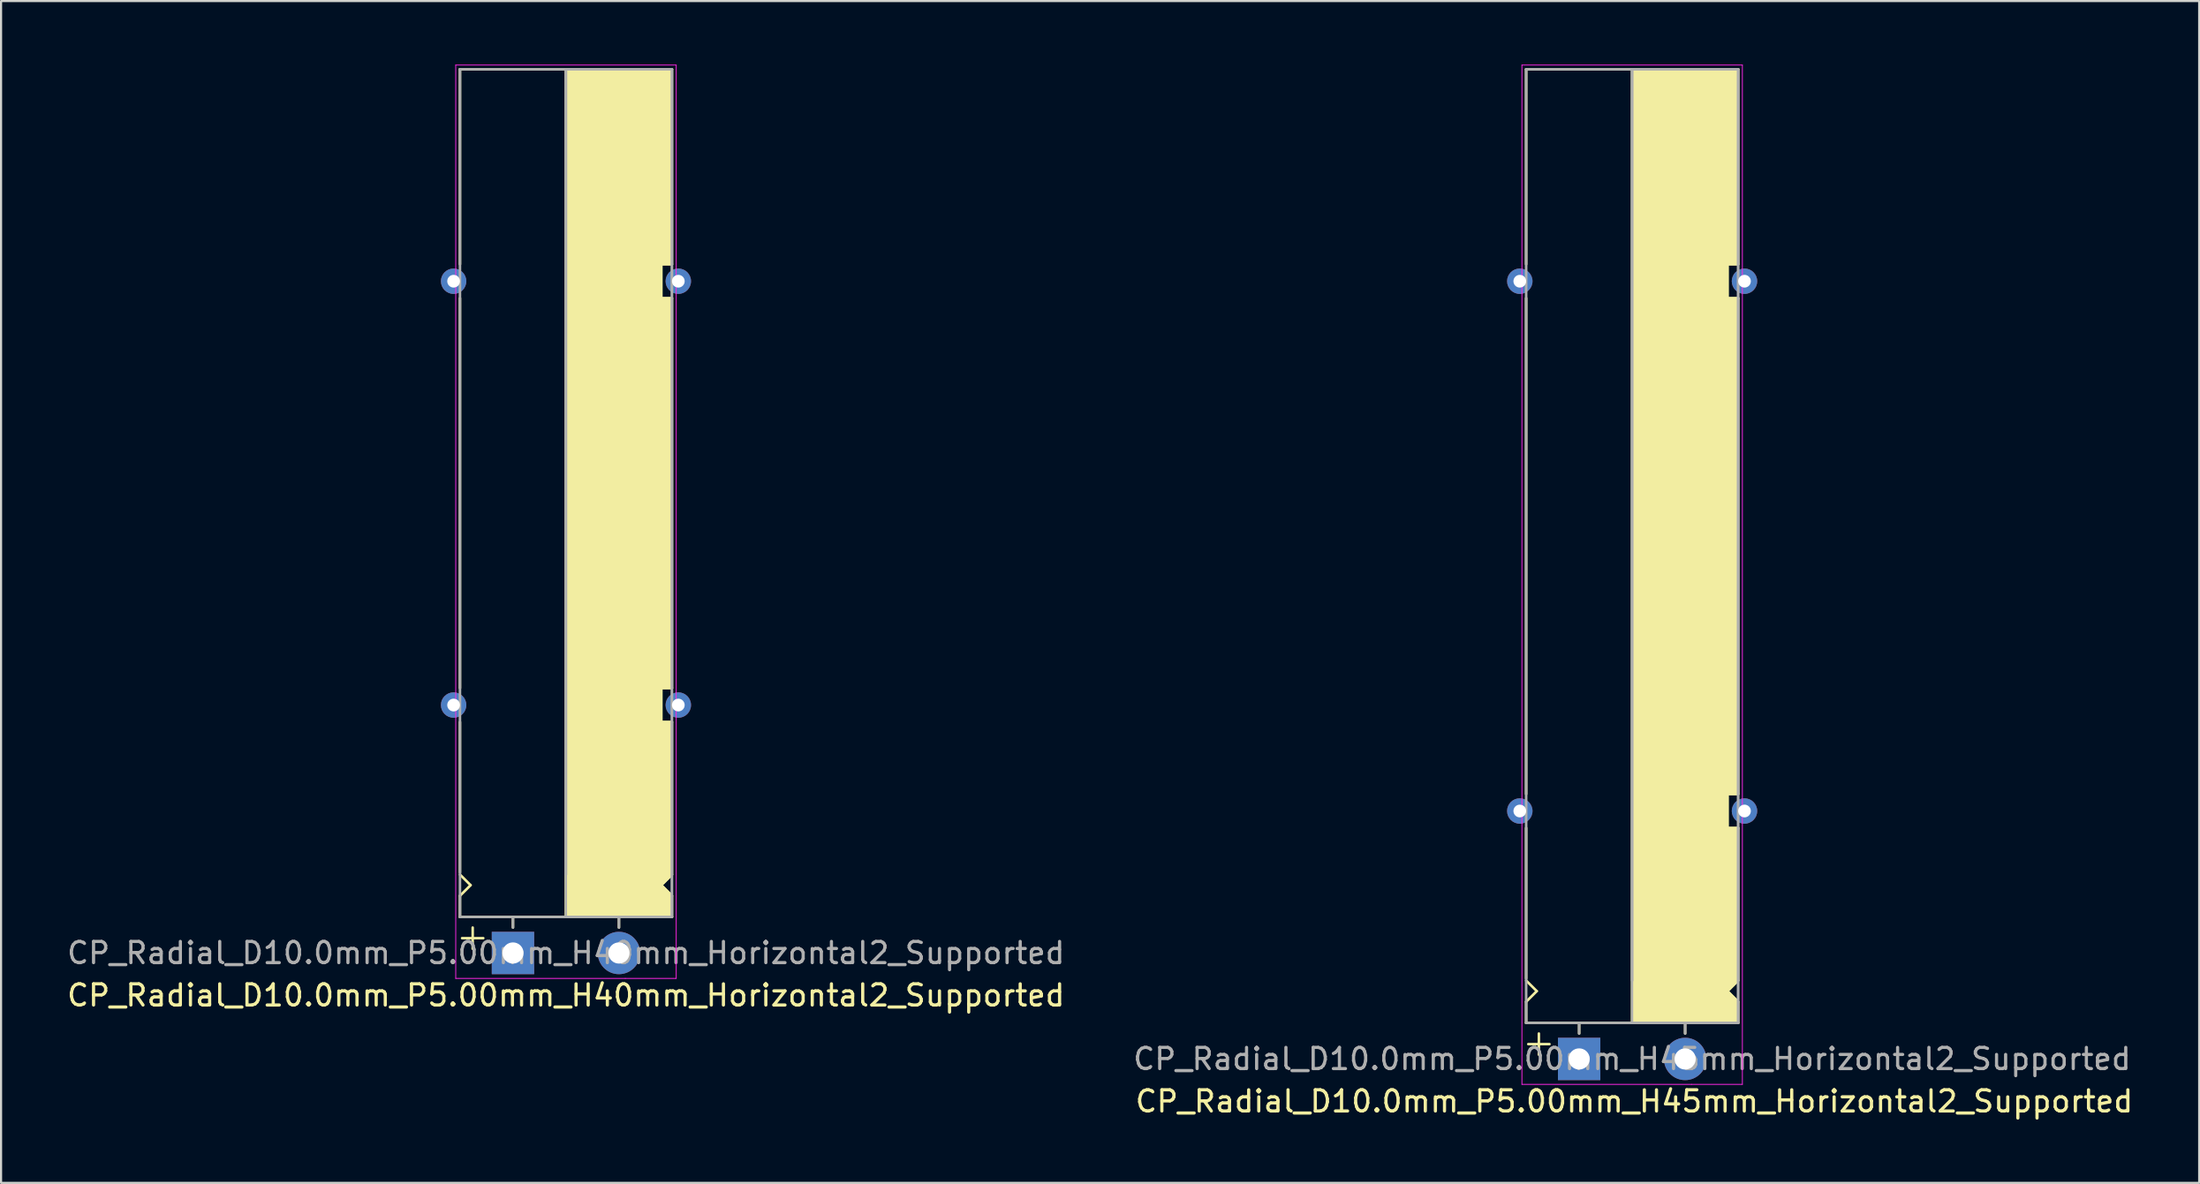
<source format=kicad_pcb>
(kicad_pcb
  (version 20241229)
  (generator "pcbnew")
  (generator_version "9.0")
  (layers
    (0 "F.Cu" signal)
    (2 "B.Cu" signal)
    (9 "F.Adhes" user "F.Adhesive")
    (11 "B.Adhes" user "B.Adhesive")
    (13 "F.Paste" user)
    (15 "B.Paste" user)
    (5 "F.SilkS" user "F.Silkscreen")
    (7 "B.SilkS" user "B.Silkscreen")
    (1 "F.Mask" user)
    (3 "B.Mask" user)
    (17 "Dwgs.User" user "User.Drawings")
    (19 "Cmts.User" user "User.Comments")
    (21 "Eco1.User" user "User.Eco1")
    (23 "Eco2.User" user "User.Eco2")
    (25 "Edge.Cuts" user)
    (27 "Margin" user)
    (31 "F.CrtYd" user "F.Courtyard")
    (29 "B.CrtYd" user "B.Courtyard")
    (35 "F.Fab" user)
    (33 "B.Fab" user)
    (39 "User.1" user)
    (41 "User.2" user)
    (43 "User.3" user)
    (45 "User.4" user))
  (footprint "CP_Radial_D10.0mm_P5.00mm_H45mm_Horizontal2_Supported"
    (layer "F.Cu")
    (at 71.446 46.92)
    (property "Reference" "CP_Radial_D10.0mm_P5.00mm_H45mm_Horizontal2_Supported" (at 2.6 2 0) (layer "F.SilkS") (effects (font (size 1 1) (thickness 0.15))))
    (attr through_hole)
    (fp_line (start -2.5 -46.7) (end 7.5 -46.7) (stroke (width 0.12) (type solid)) (layer "F.SilkS"))
    (fp_line (start -2.5 -37.5) (end -2.5 -46.7) (stroke (width 0.12) (type solid)) (layer "F.SilkS"))
    (fp_line (start -2.5 -12.5) (end -2.5 -35.9) (stroke (width 0.12) (type solid)) (layer "F.SilkS"))
    (fp_line (start -2.5 -3.8) (end -2.5 -10.9) (stroke (width 0.12) (type solid)) (layer "F.SilkS"))
    (fp_line (start -2.5 -2.7) (end -2 -3.2) (stroke (width 0.12) (type solid)) (layer "F.SilkS"))
    (fp_line (start -2.5 -1.7) (end -2.5 -2.7) (stroke (width 0.12) (type solid)) (layer "F.SilkS"))
    (fp_line (start -2 -3.2) (end -2.5 -3.7) (stroke (width 0.12) (type solid)) (layer "F.SilkS"))
    (fp_line (start -1.9 -1.2) (end -1.9 -0.2) (stroke (width 0.12) (type solid)) (layer "F.SilkS"))
    (fp_line (start -1.4 -0.7) (end -2.4 -0.7) (stroke (width 0.12) (type solid)) (layer "F.SilkS"))
    (fp_line (start 0 -1.7) (end 0 -1.2) (stroke (width 0.12) (type solid)) (layer "F.SilkS"))
    (fp_line (start 2.5 -46.7) (end 2.5 -1.7) (stroke (width 0.12) (type solid)) (layer "F.SilkS"))
    (fp_line (start 2.5 -1.7) (end -2.5 -1.7) (stroke (width 0.12) (type solid)) (layer "F.SilkS"))
    (fp_line (start 5 -1.7) (end 5 -1.2) (stroke (width 0.12) (type solid)) (layer "F.SilkS"))
    (fp_line (start 7 -37.5) (end 7.5 -37.5) (stroke (width 0.12) (type solid)) (layer "F.SilkS"))
    (fp_line (start 7 -35.9) (end 7 -37.5) (stroke (width 0.12) (type solid)) (layer "F.SilkS"))
    (fp_line (start 7 -12.5) (end 7.5 -12.5) (stroke (width 0.12) (type solid)) (layer "F.SilkS"))
    (fp_line (start 7 -10.9) (end 7 -12.5) (stroke (width 0.12) (type solid)) (layer "F.SilkS"))
    (fp_line (start 7 -3.2) (end 7.5 -3.7) (stroke (width 0.12) (type solid)) (layer "F.SilkS"))
    (fp_line (start 7.5 -37.5) (end 7.5 -46.7) (stroke (width 0.12) (type solid)) (layer "F.SilkS"))
    (fp_line (start 7.5 -35.9) (end 7 -35.9) (stroke (width 0.12) (type solid)) (layer "F.SilkS"))
    (fp_line (start 7.5 -12.5) (end 7.5 -35.9) (stroke (width 0.12) (type solid)) (layer "F.SilkS"))
    (fp_line (start 7.5 -10.9) (end 7 -10.9) (stroke (width 0.12) (type solid)) (layer "F.SilkS"))
    (fp_line (start 7.5 -3.7) (end 7.5 -10.9) (stroke (width 0.12) (type solid)) (layer "F.SilkS"))
    (fp_line (start 7.5 -2.7) (end 7 -3.2) (stroke (width 0.12) (type solid)) (layer "F.SilkS"))
    (fp_line (start 7.5 -1.7) (end 2.5 -1.7) (stroke (width 0.12) (type solid)) (layer "F.SilkS"))
    (fp_line (start 7.5 -1.7) (end 7.5 -2.7) (stroke (width 0.12) (type solid)) (layer "F.SilkS"))
    (fp_poly (pts (xy 7.5 -2.7) (xy 7 -3.2) (xy 7.5 -3.7) (xy 7.5 -10.9) (xy 7 -10.9) (xy 7 -12.5) (xy 7.5 -12.5) (xy 7.5 -35.9) (xy 7 -35.9) (xy 7 -37.5) (xy 7.5 -37.5) (xy 7.5 -46.7) (xy 2.5 -46.7) (xy 2.5 -1.7) (xy 7.5 -1.7)) (stroke (width 0.1) (type solid)) (fill yes) (layer "F.SilkS"))
    (fp_line (start -2.7 -46.9) (end -2.7 1.2) (stroke (width 0.04) (type solid)) (layer "F.CrtYd"))
    (fp_line (start -2.7 1.2) (end 5.3 1.2) (stroke (width 0.04) (type solid)) (layer "F.CrtYd"))
    (fp_line (start 5.3 1.2) (end 7.7 1.2) (stroke (width 0.04) (type solid)) (layer "F.CrtYd"))
    (fp_line (start 7.7 -46.9) (end -2.7 -46.9) (stroke (width 0.04) (type solid)) (layer "F.CrtYd"))
    (fp_line (start 7.7 1.2) (end 7.7 -46.9) (stroke (width 0.04) (type solid)) (layer "F.CrtYd"))
    (fp_line (start -2.5 -46.7) (end 7.5 -46.7) (stroke (width 0.12) (type solid)) (layer "F.Fab"))
    (fp_line (start -2.5 -1.7) (end -2.5 -46.7) (stroke (width 0.12) (type solid)) (layer "F.Fab"))
    (fp_line (start 0 -1.7) (end 0 -1.2) (stroke (width 0.12) (type solid)) (layer "F.Fab"))
    (fp_line (start 2.5 -3.7) (end 2.5 -46.7) (stroke (width 0.12) (type solid)) (layer "F.Fab"))
    (fp_line (start 5 -1.7) (end 5 -1.2) (stroke (width 0.12) (type solid)) (layer "F.Fab"))
    (fp_line (start 7.5 -46.7) (end 7.5 -1.7) (stroke (width 0.12) (type solid)) (layer "F.Fab"))
    (fp_line (start 7.5 -1.7) (end -2.5 -1.7) (stroke (width 0.12) (type solid)) (layer "F.Fab"))
    (fp_poly (pts (xy 7.5 -46.7) (xy 2.5 -46.7) (xy 2.5 -1.7) (xy 7.5 -1.7)) (stroke (width 0.1) (type solid)) (fill no) (layer "F.Fab"))
    (fp_text user "${REFERENCE}" (at 2.5 0 0) (layer "F.Fab") (effects (font (size 1 1) (thickness 0.15))))
    (pad "" thru_hole circle (at -2.8 -36.7 180) (size 1.2 1.2) (drill 0.6) (layers "*.Cu" "*.Mask"))
    (pad "" thru_hole circle (at -2.8 -11.7) (size 1.2 1.2) (drill 0.6) (layers "*.Cu" "*.Mask"))
    (pad "" thru_hole circle (at 7.8 -36.7 180) (size 1.2 1.2) (drill 0.6) (layers "*.Cu" "*.Mask"))
    (pad "" thru_hole circle (at 7.8 -11.7 180) (size 1.2 1.2) (drill 0.6) (layers "*.Cu" "*.Mask"))
    (pad "1" thru_hole rect (at 0 0) (size 2 2) (drill 1) (layers "*.Cu" "*.Mask"))
    (pad "2" thru_hole circle (at 5 0) (size 2 2) (drill 1) (layers "*.Cu" "*.Mask")))
  (footprint "CP_Radial_D10.0mm_P5.00mm_H40mm_Horizontal2_Supported"
    (layer "F.Cu")
    (at 21.149 41.92)
    (property "Reference" "CP_Radial_D10.0mm_P5.00mm_H40mm_Horizontal2_Supported" (at 2.5 2 0) (layer "F.SilkS") (effects (font (size 1 1) (thickness 0.15))))
    (attr through_hole)
    (fp_line (start -2.5 -41.7) (end 7.5 -41.7) (stroke (width 0.12) (type solid)) (layer "F.SilkS"))
    (fp_line (start -2.5 -32.5) (end -2.5 -41.7) (stroke (width 0.12) (type solid)) (layer "F.SilkS"))
    (fp_line (start -2.5 -12.5) (end -2.5 -30.9) (stroke (width 0.12) (type solid)) (layer "F.SilkS"))
    (fp_line (start -2.5 -3.8) (end -2.5 -10.9) (stroke (width 0.12) (type solid)) (layer "F.SilkS"))
    (fp_line (start -2.5 -2.7) (end -2 -3.2) (stroke (width 0.12) (type solid)) (layer "F.SilkS"))
    (fp_line (start -2.5 -1.7) (end -2.5 -2.7) (stroke (width 0.12) (type solid)) (layer "F.SilkS"))
    (fp_line (start -2 -3.2) (end -2.5 -3.7) (stroke (width 0.12) (type solid)) (layer "F.SilkS"))
    (fp_line (start -1.9 -1.2) (end -1.9 -0.2) (stroke (width 0.12) (type solid)) (layer "F.SilkS"))
    (fp_line (start -1.4 -0.7) (end -2.4 -0.7) (stroke (width 0.12) (type solid)) (layer "F.SilkS"))
    (fp_line (start 0 -1.7) (end 0 -1.2) (stroke (width 0.12) (type solid)) (layer "F.SilkS"))
    (fp_line (start 2.5 -41.7) (end 2.5 -1.7) (stroke (width 0.12) (type solid)) (layer "F.SilkS"))
    (fp_line (start 2.5 -1.7) (end -2.5 -1.7) (stroke (width 0.12) (type solid)) (layer "F.SilkS"))
    (fp_line (start 5 -1.7) (end 5 -1.2) (stroke (width 0.12) (type solid)) (layer "F.SilkS"))
    (fp_line (start 7 -32.5) (end 7.5 -32.5) (stroke (width 0.12) (type solid)) (layer "F.SilkS"))
    (fp_line (start 7 -30.9) (end 7 -32.5) (stroke (width 0.12) (type solid)) (layer "F.SilkS"))
    (fp_line (start 7 -12.5) (end 7.5 -12.5) (stroke (width 0.12) (type solid)) (layer "F.SilkS"))
    (fp_line (start 7 -10.9) (end 7 -12.5) (stroke (width 0.12) (type solid)) (layer "F.SilkS"))
    (fp_line (start 7 -3.2) (end 7.5 -3.7) (stroke (width 0.12) (type solid)) (layer "F.SilkS"))
    (fp_line (start 7.5 -32.5) (end 7.5 -41.7) (stroke (width 0.12) (type solid)) (layer "F.SilkS"))
    (fp_line (start 7.5 -30.9) (end 7 -30.9) (stroke (width 0.12) (type solid)) (layer "F.SilkS"))
    (fp_line (start 7.5 -12.5) (end 7.5 -30.9) (stroke (width 0.12) (type solid)) (layer "F.SilkS"))
    (fp_line (start 7.5 -10.9) (end 7 -10.9) (stroke (width 0.12) (type solid)) (layer "F.SilkS"))
    (fp_line (start 7.5 -3.7) (end 7.5 -10.9) (stroke (width 0.12) (type solid)) (layer "F.SilkS"))
    (fp_line (start 7.5 -2.7) (end 7 -3.2) (stroke (width 0.12) (type solid)) (layer "F.SilkS"))
    (fp_line (start 7.5 -1.7) (end 2.5 -1.7) (stroke (width 0.12) (type solid)) (layer "F.SilkS"))
    (fp_line (start 7.5 -1.7) (end 7.5 -2.7) (stroke (width 0.12) (type solid)) (layer "F.SilkS"))
    (fp_poly (pts (xy 7.5 -2.7) (xy 7 -3.2) (xy 7.5 -3.7) (xy 7.5 -10.9) (xy 7 -10.9) (xy 7 -12.5) (xy 7.5 -12.5) (xy 7.5 -30.9) (xy 7 -30.9) (xy 7 -32.5) (xy 7.5 -32.5) (xy 7.5 -41.7) (xy 2.5 -41.7) (xy 2.5 -1.7) (xy 7.5 -1.7)) (stroke (width 0.1) (type solid)) (fill yes) (layer "F.SilkS"))
    (fp_line (start -2.7 -41.9) (end -2.7 1.2) (stroke (width 0.04) (type solid)) (layer "F.CrtYd"))
    (fp_line (start -2.7 1.2) (end 5.3 1.2) (stroke (width 0.04) (type solid)) (layer "F.CrtYd"))
    (fp_line (start 5.3 1.2) (end 7.7 1.2) (stroke (width 0.04) (type solid)) (layer "F.CrtYd"))
    (fp_line (start 7.7 -41.9) (end -2.7 -41.9) (stroke (width 0.04) (type solid)) (layer "F.CrtYd"))
    (fp_line (start 7.7 1.2) (end 7.7 -41.9) (stroke (width 0.04) (type solid)) (layer "F.CrtYd"))
    (fp_line (start -2.5 -41.7) (end 7.5 -41.7) (stroke (width 0.12) (type solid)) (layer "F.Fab"))
    (fp_line (start -2.5 -1.7) (end -2.5 -41.7) (stroke (width 0.12) (type solid)) (layer "F.Fab"))
    (fp_line (start 0 -1.7) (end 0 -1.2) (stroke (width 0.12) (type solid)) (layer "F.Fab"))
    (fp_line (start 2.5 -3.7) (end 2.5 -41.7) (stroke (width 0.12) (type solid)) (layer "F.Fab"))
    (fp_line (start 5 -1.7) (end 5 -1.2) (stroke (width 0.12) (type solid)) (layer "F.Fab"))
    (fp_line (start 7.5 -41.7) (end 7.5 -1.7) (stroke (width 0.12) (type solid)) (layer "F.Fab"))
    (fp_line (start 7.5 -1.7) (end -2.5 -1.7) (stroke (width 0.12) (type solid)) (layer "F.Fab"))
    (fp_poly (pts (xy 7.5 -41.7) (xy 2.5 -41.7) (xy 2.5 -1.7) (xy 7.5 -1.7)) (stroke (width 0.1) (type solid)) (fill no) (layer "F.Fab"))
    (fp_text user "${REFERENCE}" (at 2.5 0 0) (layer "F.Fab") (effects (font (size 1 1) (thickness 0.15))))
    (pad "" thru_hole circle (at -2.8 -31.7 180) (size 1.2 1.2) (drill 0.6) (layers "*.Cu" "*.Mask"))
    (pad "" thru_hole circle (at -2.8 -11.7) (size 1.2 1.2) (drill 0.6) (layers "*.Cu" "*.Mask"))
    (pad "" thru_hole circle (at 7.8 -31.7 180) (size 1.2 1.2) (drill 0.6) (layers "*.Cu" "*.Mask"))
    (pad "" thru_hole circle (at 7.8 -11.7 180) (size 1.2 1.2) (drill 0.6) (layers "*.Cu" "*.Mask"))
    (pad "1" thru_hole rect (at 0 0) (size 2 2) (drill 1) (layers "*.Cu" "*.Mask"))
    (pad "2" thru_hole circle (at 5 0) (size 2 2) (drill 1) (layers "*.Cu" "*.Mask")))
  (gr_rect
    (start -3 -3)
    (end 100.695 52.768)
    (stroke (width 0.1) (type default))
    (fill no)
    (layer "Edge.Cuts")))
</source>
